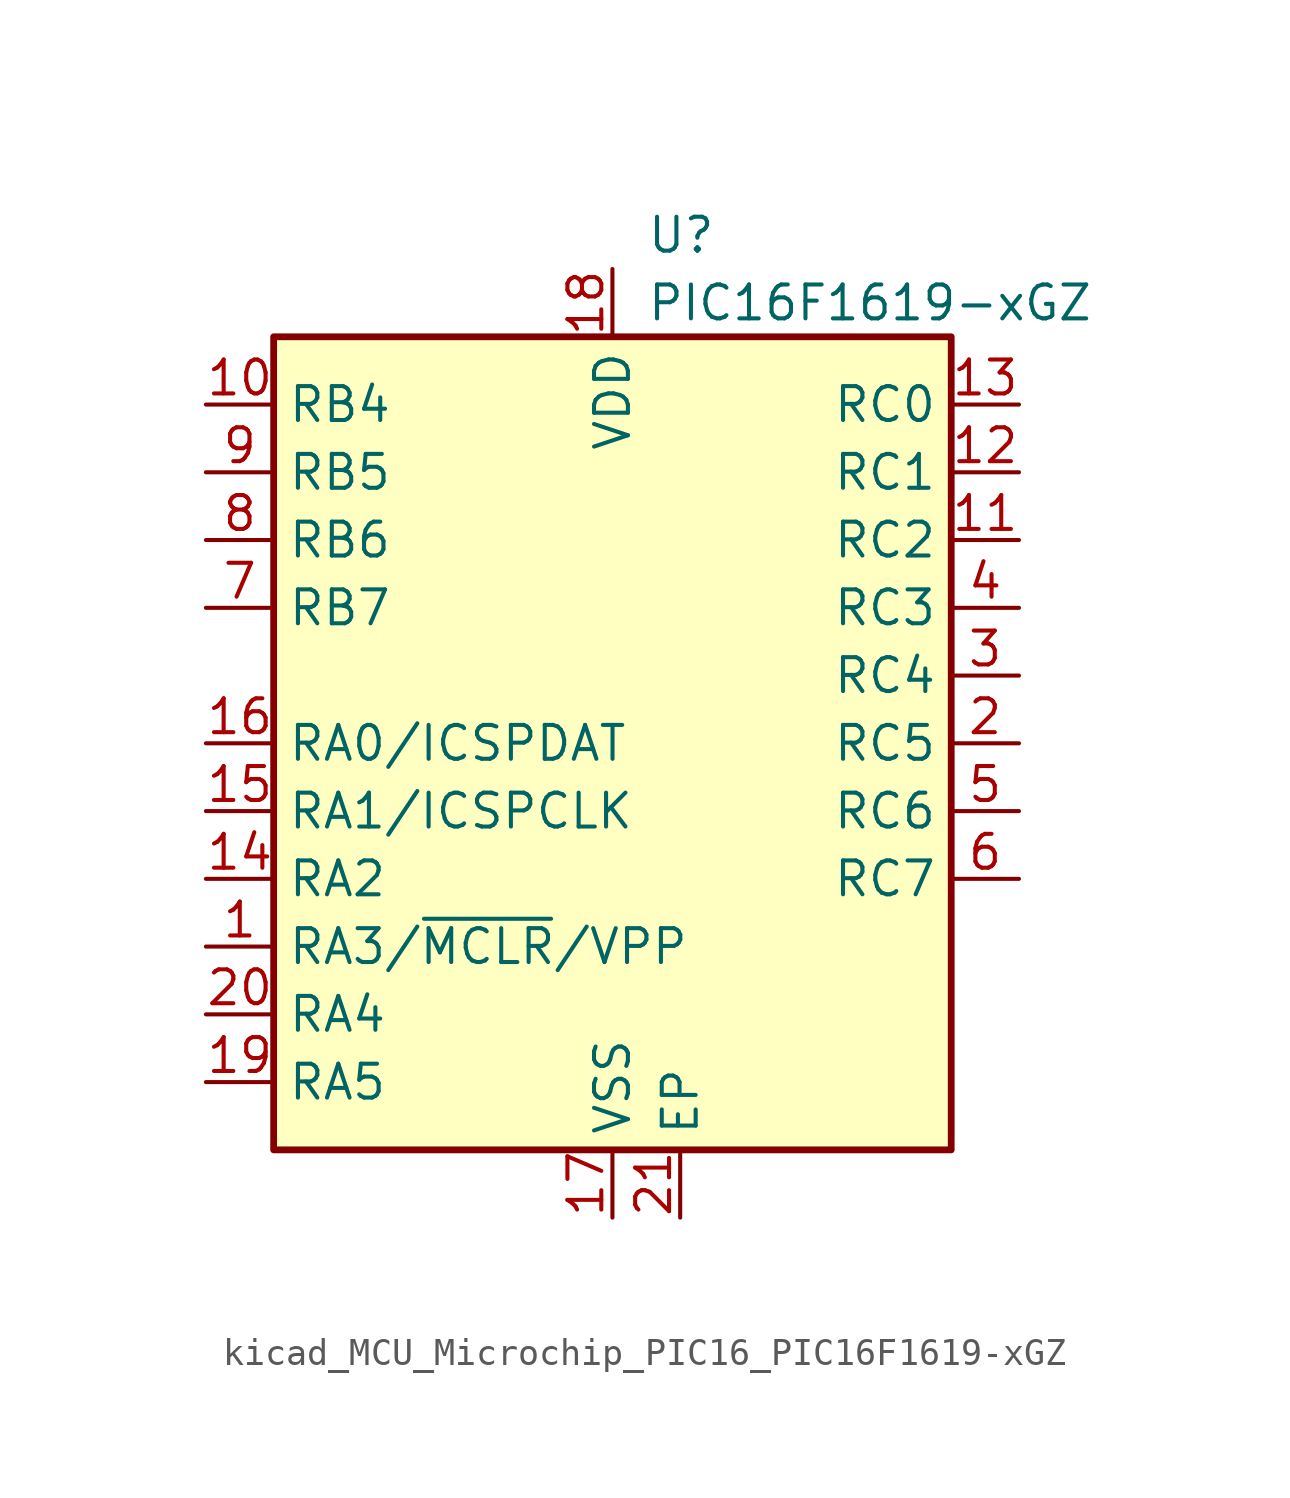
<source format=kicad_sym>
(kicad_symbol_lib
  (version 20220914)
  (generator kicad_symbol_editor)
  (symbol "kicad_MCU_Microchip_PIC16_PIC16F1619-xGZ"
    (property "Reference" "U"
      (at 1.27 19.05 0)
      (effects (font (size 1.27 1.27)) (justify left)))
    (property "Value" "PIC16F1619-xGZ"
      (at 1.27 16.51 0)
      (effects (font (size 1.27 1.27)) (justify left)))
    (symbol "kicad_MCU_Microchip_PIC16_PIC16F1619-xGZ_0_0"
      (pin passive line (at 2.54 -17.78 90) (length 2.54) (name "EP" (effects (font (size 1.27 1.27)))) (number "21" (effects (font (size 1.27 1.27))))))
    (symbol "kicad_MCU_Microchip_PIC16_PIC16F1619-xGZ_0_1"
      (rectangle (start -12.7 15.24) (end 12.7 -15.24) (stroke (width 0.254) (type default)) (fill (type background))))
    (symbol "kicad_MCU_Microchip_PIC16_PIC16F1619-xGZ_1_1"
      (pin bidirectional line (at -15.24 -7.62 0) (length 2.54) (name "RA3/~{MCLR}/VPP" (effects (font (size 1.27 1.27)))) (number "1" (effects (font (size 1.27 1.27)))))
      (pin bidirectional line (at -15.24 12.7 0) (length 2.54) (name "RB4" (effects (font (size 1.27 1.27)))) (number "10" (effects (font (size 1.27 1.27)))))
      (pin bidirectional line (at 15.24 7.62 180) (length 2.54) (name "RC2" (effects (font (size 1.27 1.27)))) (number "11" (effects (font (size 1.27 1.27)))))
      (pin bidirectional line (at 15.24 10.16 180) (length 2.54) (name "RC1" (effects (font (size 1.27 1.27)))) (number "12" (effects (font (size 1.27 1.27)))))
      (pin bidirectional line (at 15.24 12.7 180) (length 2.54) (name "RC0" (effects (font (size 1.27 1.27)))) (number "13" (effects (font (size 1.27 1.27)))))
      (pin bidirectional line (at -15.24 -5.08 0) (length 2.54) (name "RA2" (effects (font (size 1.27 1.27)))) (number "14" (effects (font (size 1.27 1.27)))))
      (pin bidirectional line (at -15.24 -2.54 0) (length 2.54) (name "RA1/ICSPCLK" (effects (font (size 1.27 1.27)))) (number "15" (effects (font (size 1.27 1.27)))))
      (pin bidirectional line (at -15.24 0 0) (length 2.54) (name "RA0/ICSPDAT" (effects (font (size 1.27 1.27)))) (number "16" (effects (font (size 1.27 1.27)))))
      (pin power_in line (at 0 -17.78 90) (length 2.54) (name "VSS" (effects (font (size 1.27 1.27)))) (number "17" (effects (font (size 1.27 1.27)))))
      (pin power_in line (at 0 17.78 270) (length 2.54) (name "VDD" (effects (font (size 1.27 1.27)))) (number "18" (effects (font (size 1.27 1.27)))))
      (pin bidirectional line (at -15.24 -12.7 0) (length 2.54) (name "RA5" (effects (font (size 1.27 1.27)))) (number "19" (effects (font (size 1.27 1.27)))))
      (pin bidirectional line (at 15.24 0 180) (length 2.54) (name "RC5" (effects (font (size 1.27 1.27)))) (number "2" (effects (font (size 1.27 1.27)))))
      (pin bidirectional line (at -15.24 -10.16 0) (length 2.54) (name "RA4" (effects (font (size 1.27 1.27)))) (number "20" (effects (font (size 1.27 1.27)))))
      (pin bidirectional line (at 15.24 2.54 180) (length 2.54) (name "RC4" (effects (font (size 1.27 1.27)))) (number "3" (effects (font (size 1.27 1.27)))))
      (pin bidirectional line (at 15.24 5.08 180) (length 2.54) (name "RC3" (effects (font (size 1.27 1.27)))) (number "4" (effects (font (size 1.27 1.27)))))
      (pin bidirectional line (at 15.24 -2.54 180) (length 2.54) (name "RC6" (effects (font (size 1.27 1.27)))) (number "5" (effects (font (size 1.27 1.27)))))
      (pin bidirectional line (at 15.24 -5.08 180) (length 2.54) (name "RC7" (effects (font (size 1.27 1.27)))) (number "6" (effects (font (size 1.27 1.27)))))
      (pin bidirectional line (at -15.24 5.08 0) (length 2.54) (name "RB7" (effects (font (size 1.27 1.27)))) (number "7" (effects (font (size 1.27 1.27)))))
      (pin bidirectional line (at -15.24 7.62 0) (length 2.54) (name "RB6" (effects (font (size 1.27 1.27)))) (number "8" (effects (font (size 1.27 1.27)))))
      (pin bidirectional line (at -15.24 10.16 0) (length 2.54) (name "RB5" (effects (font (size 1.27 1.27)))) (number "9" (effects (font (size 1.27 1.27))))))))
</source>
